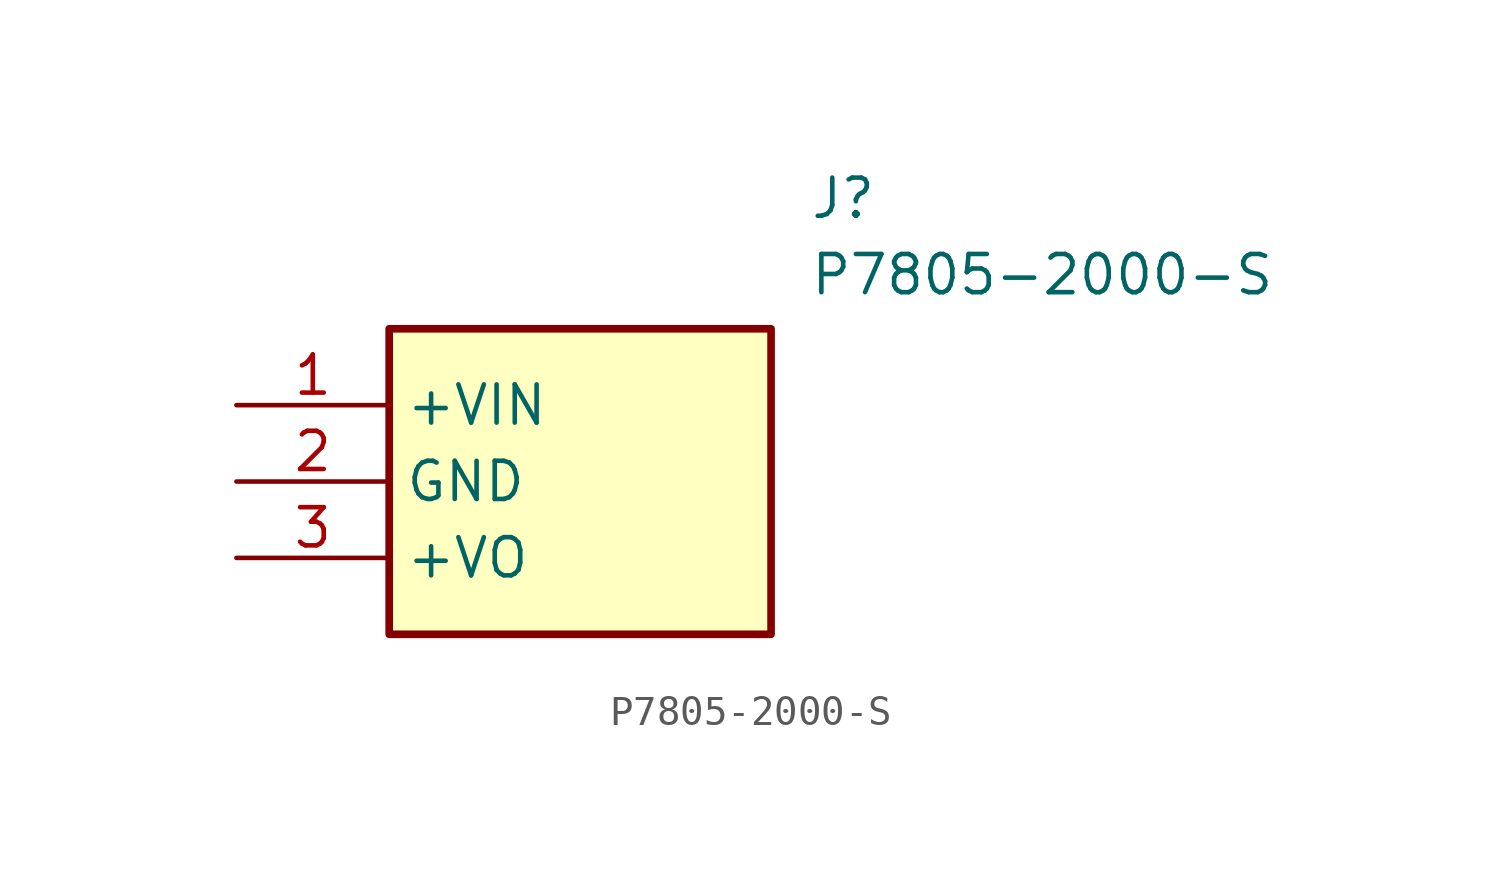
<source format=kicad_sym>
(kicad_symbol_lib
  (version 20211014)
  (generator SamacSys_ECAD_Model)
  (symbol "P7805-2000-S"
    (property "Reference" "J"
      (at 19.05 7.62 0)
      (effects (font (size 1.27 1.27)) (justify left top)))
    (property "Value" "P7805-2000-S"
      (at 19.05 5.08 0)
      (effects (font (size 1.27 1.27)) (justify left top)))
    (rectangle
      (start 5.08 2.54)
      (end 17.78 -7.62)
      (stroke (width 0.254) (type default))
      (fill (type background)))
    (pin passive line
      (at 0 0 0)
      (length 5.08)
      (name "+VIN" (effects (font (size 1.27 1.27))))
      (number "1" (effects (font (size 1.27 1.27)))))
    (pin passive line
      (at 0 -2.54 0)
      (length 5.08)
      (name "GND" (effects (font (size 1.27 1.27))))
      (number "2" (effects (font (size 1.27 1.27)))))
    (pin passive line
      (at 0 -5.08 0)
      (length 5.08)
      (name "+VO" (effects (font (size 1.27 1.27))))
      (number "3" (effects (font (size 1.27 1.27)))))))
</source>
